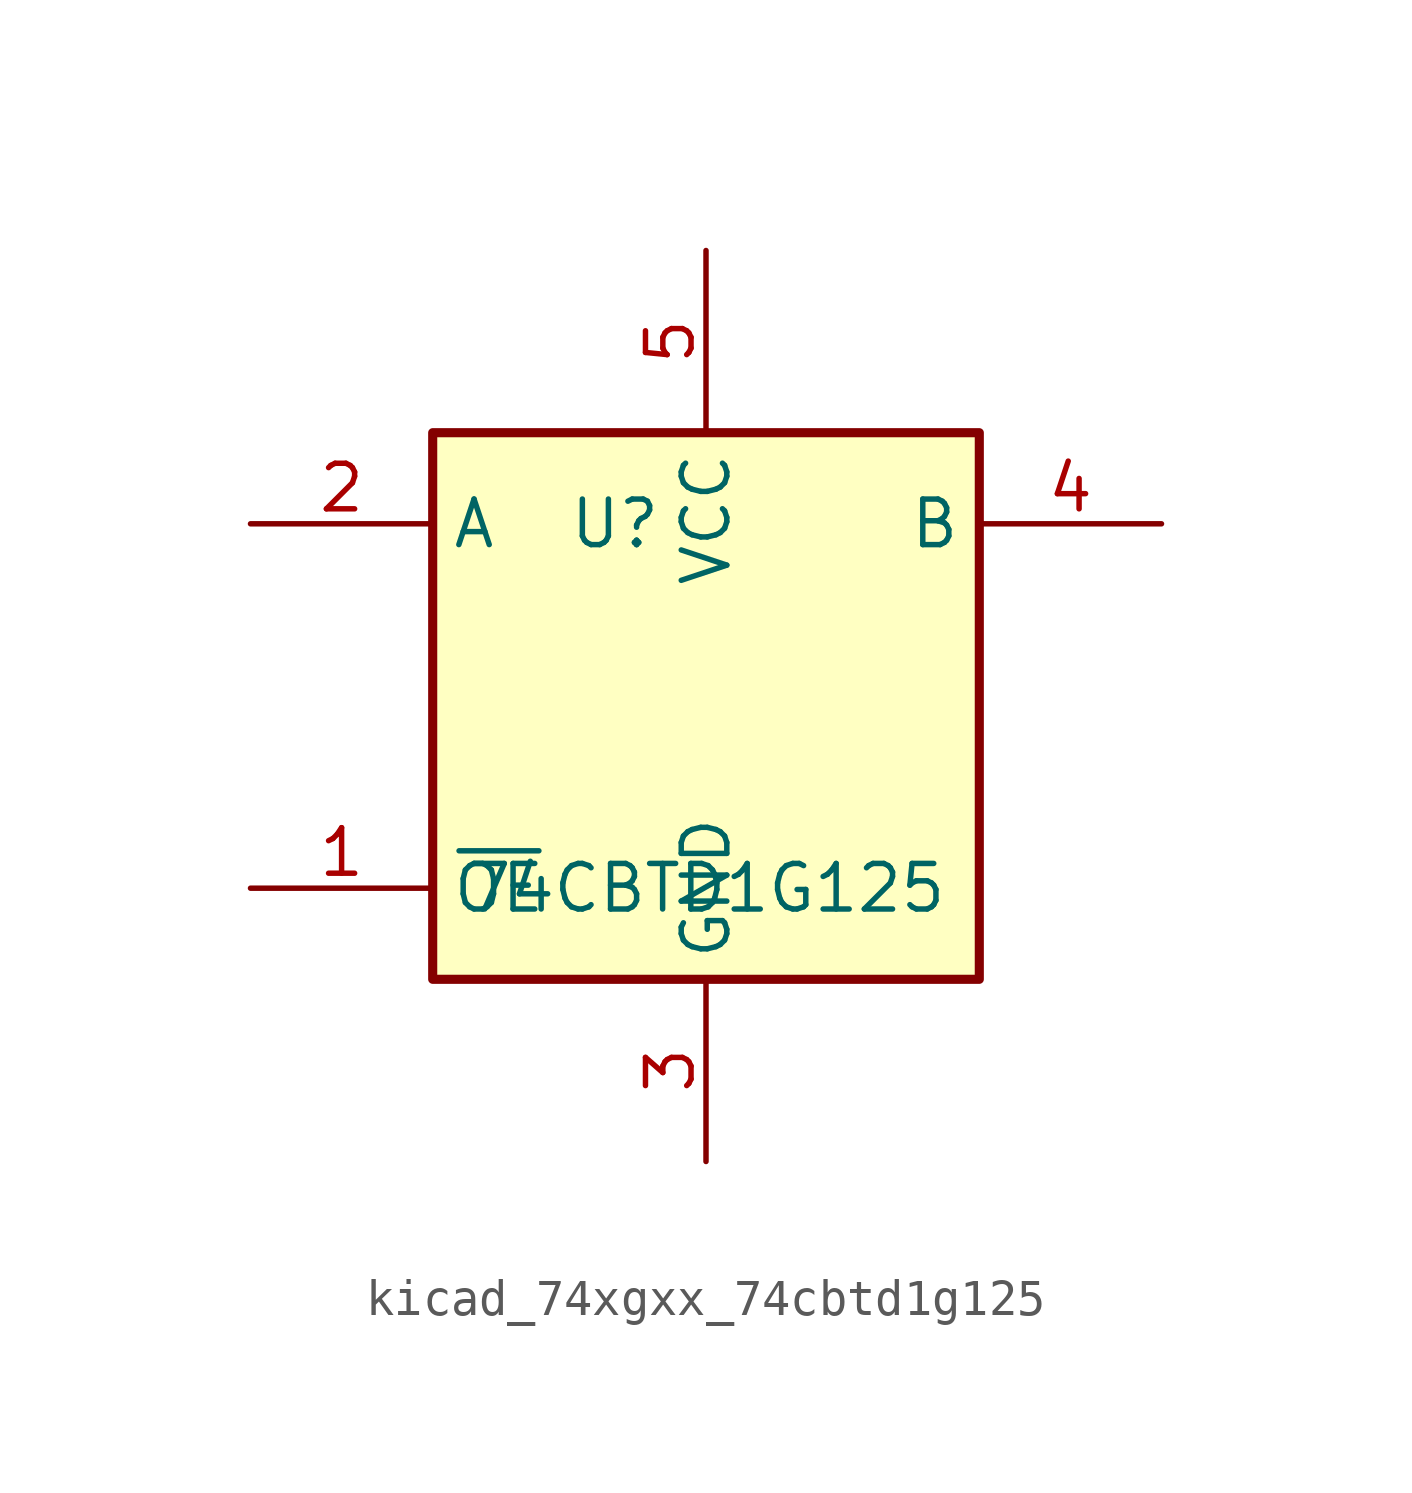
<source format=kicad_sym>
(kicad_symbol_lib
  (version 20220914)
  (generator kicad_symbol_editor)
  (symbol "kicad_74xgxx_74cbtd1g125"
    (property "Reference" "U"
      (at -2.54 5.08 0)
      (effects (font (size 1.27 1.27))))
    (property "Value" "74CBTD1G125"
      (at 0 -5.08 0)
      (effects (font (size 1.27 1.27))))
    (symbol "kicad_74xgxx_74cbtd1g125_0_1"
      (rectangle (start -7.62 7.62) (end 7.62 -7.62) (stroke (width 0.254) (type default)) (fill (type background))))
    (symbol "kicad_74xgxx_74cbtd1g125_1_1"
      (pin input line (at -12.7 -5.08 0) (length 5.08) (name "~{OE}" (effects (font (size 1.27 1.27)))) (number "1" (effects (font (size 1.27 1.27)))))
      (pin input line (at -12.7 5.08 0) (length 5.08) (name "A" (effects (font (size 1.27 1.27)))) (number "2" (effects (font (size 1.27 1.27)))))
      (pin power_in line (at 0 -12.7 90) (length 5.08) (name "GND" (effects (font (size 1.27 1.27)))) (number "3" (effects (font (size 1.27 1.27)))))
      (pin tri_state line (at 12.7 5.08 180) (length 5.08) (name "B" (effects (font (size 1.27 1.27)))) (number "4" (effects (font (size 1.27 1.27)))))
      (pin power_in line (at 0 12.7 270) (length 5.08) (name "VCC" (effects (font (size 1.27 1.27)))) (number "5" (effects (font (size 1.27 1.27))))))))
</source>
